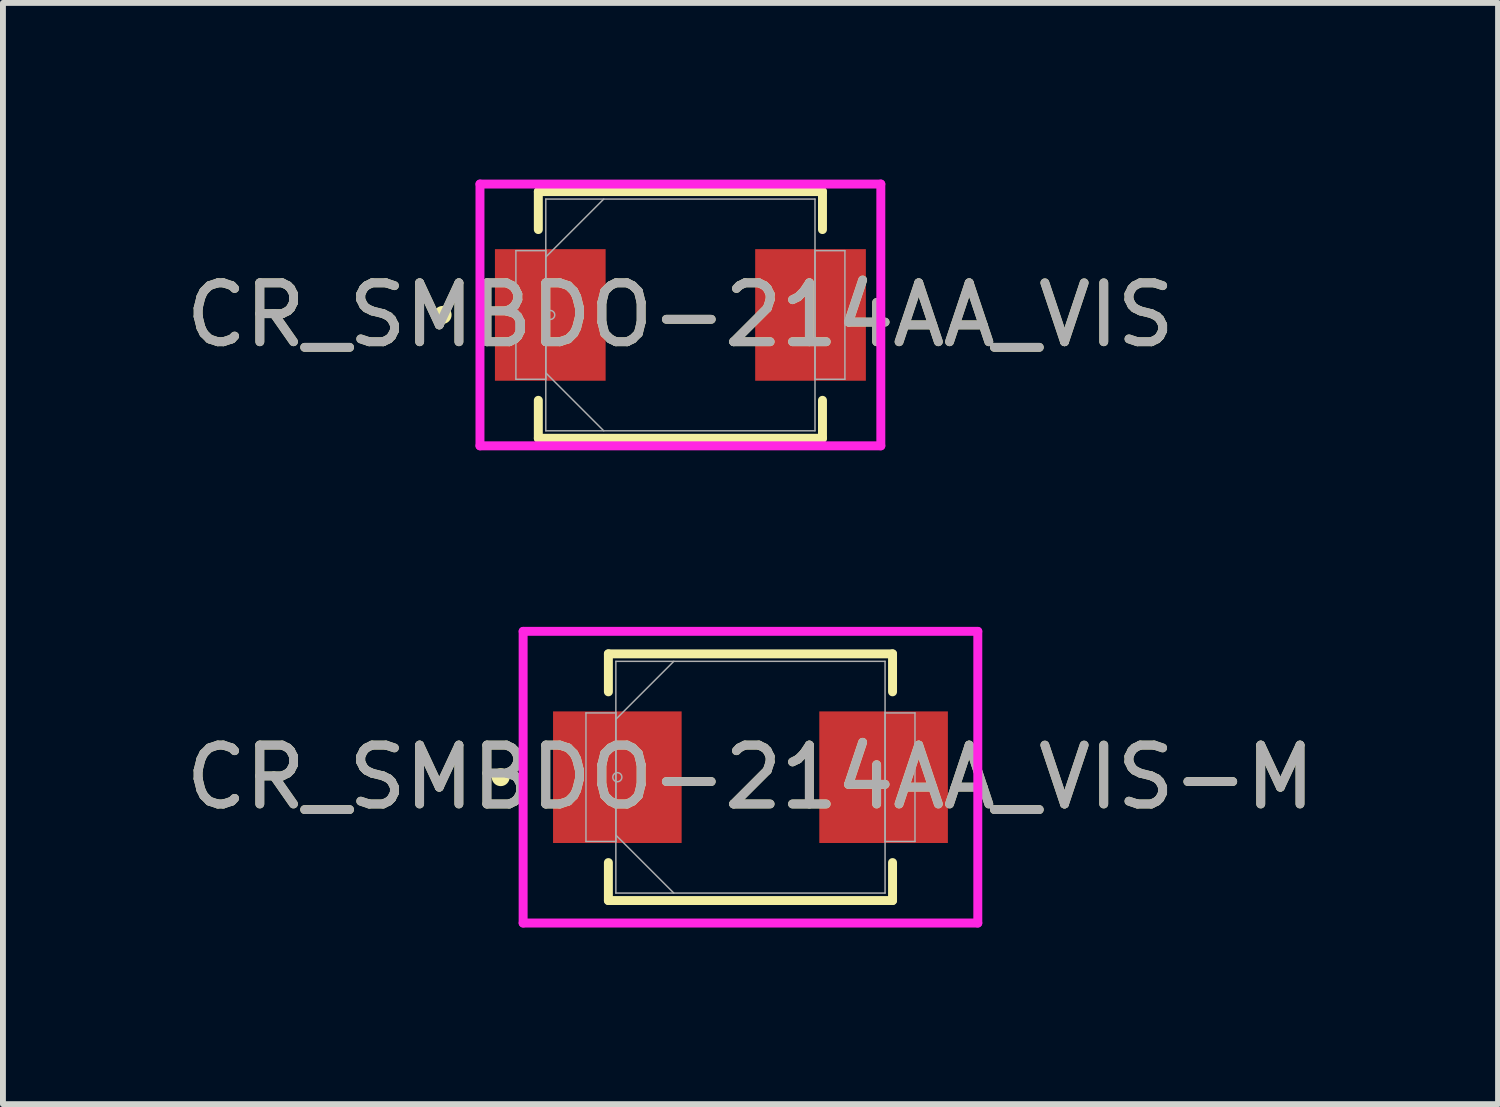
<source format=kicad_pcb>
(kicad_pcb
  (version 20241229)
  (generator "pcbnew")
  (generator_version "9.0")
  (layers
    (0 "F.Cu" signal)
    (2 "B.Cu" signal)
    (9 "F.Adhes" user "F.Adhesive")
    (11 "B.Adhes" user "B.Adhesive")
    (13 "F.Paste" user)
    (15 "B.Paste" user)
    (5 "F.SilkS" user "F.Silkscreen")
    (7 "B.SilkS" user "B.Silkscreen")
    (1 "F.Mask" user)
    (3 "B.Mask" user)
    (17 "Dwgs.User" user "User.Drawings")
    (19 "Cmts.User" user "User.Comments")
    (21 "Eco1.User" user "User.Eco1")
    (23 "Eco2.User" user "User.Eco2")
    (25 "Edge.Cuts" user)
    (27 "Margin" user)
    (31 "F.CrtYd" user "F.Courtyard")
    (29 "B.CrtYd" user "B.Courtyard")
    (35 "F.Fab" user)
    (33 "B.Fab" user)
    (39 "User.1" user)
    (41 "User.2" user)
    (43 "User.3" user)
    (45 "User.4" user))
  (footprint "CR_SMBDO-214AA_VIS-M"
    (layer "F.Cu")
    (at 9.696 10.15)
    (property "Reference" "CR_SMBDO-214AA_VIS-M" (at 0 0 0) (unlocked yes) (layer "F.SilkS") (effects (font (size 1 1) (thickness 0.15))))
    (attr smd)
    (fp_line (start -2.413 -2.095) (end -2.413 -1.45) (stroke (width 0.152) (type solid)) (layer "F.SilkS"))
    (fp_line (start -2.413 1.45) (end -2.413 2.095) (stroke (width 0.152) (type solid)) (layer "F.SilkS"))
    (fp_line (start -2.413 2.095) (end 2.413 2.095) (stroke (width 0.152) (type solid)) (layer "F.SilkS"))
    (fp_line (start 2.413 -2.095) (end -2.413 -2.095) (stroke (width 0.152) (type solid)) (layer "F.SilkS"))
    (fp_line (start 2.413 -1.45) (end 2.413 -2.095) (stroke (width 0.152) (type solid)) (layer "F.SilkS"))
    (fp_line (start 2.413 2.095) (end 2.413 1.45) (stroke (width 0.152) (type solid)) (layer "F.SilkS"))
    (fp_circle (center -4.242 0) (end -4.166 0) (stroke (width 0.152) (type solid)) (fill no) (layer "F.SilkS"))
    (fp_line (start -3.861 -2.477) (end 3.861 -2.477) (stroke (width 0.152) (type solid)) (layer "F.CrtYd"))
    (fp_line (start -3.861 2.477) (end -3.861 -2.477) (stroke (width 0.152) (type solid)) (layer "F.CrtYd"))
    (fp_line (start 3.861 -2.477) (end 3.861 2.477) (stroke (width 0.152) (type solid)) (layer "F.CrtYd"))
    (fp_line (start 3.861 2.477) (end -3.861 2.477) (stroke (width 0.152) (type solid)) (layer "F.CrtYd"))
    (fp_line (start -2.794 -1.092) (end -2.794 1.092) (stroke (width 0.025) (type solid)) (layer "F.Fab"))
    (fp_line (start -2.794 1.092) (end -2.286 1.092) (stroke (width 0.025) (type solid)) (layer "F.Fab"))
    (fp_line (start -2.286 -1.968) (end -2.286 1.968) (stroke (width 0.025) (type solid)) (layer "F.Fab"))
    (fp_line (start -2.286 -1.092) (end -2.794 -1.092) (stroke (width 0.025) (type solid)) (layer "F.Fab"))
    (fp_line (start -2.286 -0.984) (end -1.302 -1.968) (stroke (width 0.025) (type solid)) (layer "F.Fab"))
    (fp_line (start -2.286 0.984) (end -1.302 1.968) (stroke (width 0.025) (type solid)) (layer "F.Fab"))
    (fp_line (start -2.286 1.092) (end -2.286 -1.092) (stroke (width 0.025) (type solid)) (layer "F.Fab"))
    (fp_line (start -2.286 1.968) (end 2.286 1.968) (stroke (width 0.025) (type solid)) (layer "F.Fab"))
    (fp_line (start 2.286 -1.968) (end -2.286 -1.968) (stroke (width 0.025) (type solid)) (layer "F.Fab"))
    (fp_line (start 2.286 -1.092) (end 2.286 1.092) (stroke (width 0.025) (type solid)) (layer "F.Fab"))
    (fp_line (start 2.286 1.092) (end 2.794 1.092) (stroke (width 0.025) (type solid)) (layer "F.Fab"))
    (fp_line (start 2.286 1.968) (end 2.286 -1.968) (stroke (width 0.025) (type solid)) (layer "F.Fab"))
    (fp_line (start 2.794 -1.092) (end 2.286 -1.092) (stroke (width 0.025) (type solid)) (layer "F.Fab"))
    (fp_line (start 2.794 1.092) (end 2.794 -1.092) (stroke (width 0.025) (type solid)) (layer "F.Fab"))
    (fp_circle (center -2.261 0) (end -2.184 0) (stroke (width 0.025) (type solid)) (fill no) (layer "F.Fab"))
    (fp_text user "${REFERENCE}" (at 0 0 0) (unlocked yes) (layer "F.Fab") (effects (font (size 1 1) (thickness 0.15))))
    (pad "1" smd rect (at -2.261 0) (size 2.184 2.235) (layers "F.Cu" "F.Mask" "F.Paste"))
    (pad "2" smd rect (at 2.261 0) (size 2.184 2.235) (layers "F.Cu" "F.Mask" "F.Paste"))
    (zone (net_name "") (layer "F.Cu") (hatch full 0.508) (connect_pads) (min_thickness 0.254) (filled_areas_thickness no) (keepout (tracks not_allowed) (vias not_allowed) (pads allowed) (copperpour not_allowed) (footprints allowed)) (placement (enabled no)) (fill) (polygon (pts (xy 8.579 8.232) (xy 10.814 8.232) (xy 10.814 12.068) (xy 8.579 12.068)))))
  (footprint "CR_SMBDO-214AA_VIS"
    (layer "F.Cu")
    (at 8.506 2.299)
    (property "Reference" "CR_SMBDO-214AA_VIS" (at 0 0 0) (unlocked yes) (layer "F.SilkS") (effects (font (size 1 1) (thickness 0.15))))
    (attr smd)
    (fp_line (start -2.413 -2.095) (end -2.413 -1.45) (stroke (width 0.152) (type solid)) (layer "F.SilkS"))
    (fp_line (start -2.413 1.45) (end -2.413 2.095) (stroke (width 0.152) (type solid)) (layer "F.SilkS"))
    (fp_line (start -2.413 2.095) (end 2.413 2.095) (stroke (width 0.152) (type solid)) (layer "F.SilkS"))
    (fp_line (start 2.413 -2.095) (end -2.413 -2.095) (stroke (width 0.152) (type solid)) (layer "F.SilkS"))
    (fp_line (start 2.413 -1.45) (end 2.413 -2.095) (stroke (width 0.152) (type solid)) (layer "F.SilkS"))
    (fp_line (start 2.413 2.095) (end 2.413 1.45) (stroke (width 0.152) (type solid)) (layer "F.SilkS"))
    (fp_circle (center -4.039 0) (end -3.962 0) (stroke (width 0.152) (type solid)) (fill no) (layer "F.SilkS"))
    (fp_line (start -3.404 -2.223) (end 3.404 -2.223) (stroke (width 0.152) (type solid)) (layer "F.CrtYd"))
    (fp_line (start -3.404 2.223) (end -3.404 -2.223) (stroke (width 0.152) (type solid)) (layer "F.CrtYd"))
    (fp_line (start 3.404 -2.223) (end 3.404 2.223) (stroke (width 0.152) (type solid)) (layer "F.CrtYd"))
    (fp_line (start 3.404 2.223) (end -3.404 2.223) (stroke (width 0.152) (type solid)) (layer "F.CrtYd"))
    (fp_line (start -2.794 -1.092) (end -2.794 1.092) (stroke (width 0.025) (type solid)) (layer "F.Fab"))
    (fp_line (start -2.794 1.092) (end -2.286 1.092) (stroke (width 0.025) (type solid)) (layer "F.Fab"))
    (fp_line (start -2.286 -1.968) (end -2.286 1.968) (stroke (width 0.025) (type solid)) (layer "F.Fab"))
    (fp_line (start -2.286 -1.092) (end -2.794 -1.092) (stroke (width 0.025) (type solid)) (layer "F.Fab"))
    (fp_line (start -2.286 -0.984) (end -1.302 -1.968) (stroke (width 0.025) (type solid)) (layer "F.Fab"))
    (fp_line (start -2.286 0.984) (end -1.302 1.968) (stroke (width 0.025) (type solid)) (layer "F.Fab"))
    (fp_line (start -2.286 1.092) (end -2.286 -1.092) (stroke (width 0.025) (type solid)) (layer "F.Fab"))
    (fp_line (start -2.286 1.968) (end 2.286 1.968) (stroke (width 0.025) (type solid)) (layer "F.Fab"))
    (fp_line (start 2.286 -1.968) (end -2.286 -1.968) (stroke (width 0.025) (type solid)) (layer "F.Fab"))
    (fp_line (start 2.286 -1.092) (end 2.286 1.092) (stroke (width 0.025) (type solid)) (layer "F.Fab"))
    (fp_line (start 2.286 1.092) (end 2.794 1.092) (stroke (width 0.025) (type solid)) (layer "F.Fab"))
    (fp_line (start 2.286 1.968) (end 2.286 -1.968) (stroke (width 0.025) (type solid)) (layer "F.Fab"))
    (fp_line (start 2.794 -1.092) (end 2.286 -1.092) (stroke (width 0.025) (type solid)) (layer "F.Fab"))
    (fp_line (start 2.794 1.092) (end 2.794 -1.092) (stroke (width 0.025) (type solid)) (layer "F.Fab"))
    (fp_circle (center -2.21 0) (end -2.134 0) (stroke (width 0.025) (type solid)) (fill no) (layer "F.Fab"))
    (fp_text user "${REFERENCE}" (at 0 0 0) (unlocked yes) (layer "F.Fab") (effects (font (size 1 1) (thickness 0.15))))
    (pad "1" smd rect (at -2.21 0) (size 1.88 2.235) (layers "F.Cu" "F.Mask" "F.Paste"))
    (pad "2" smd rect (at 2.21 0) (size 1.88 2.235) (layers "F.Cu" "F.Mask" "F.Paste"))
    (zone (net_name "") (layer "F.Cu") (hatch full 0.508) (connect_pads) (min_thickness 0.254) (filled_areas_thickness no) (keepout (tracks not_allowed) (vias not_allowed) (pads allowed) (copperpour not_allowed) (footprints allowed)) (placement (enabled no)) (fill) (polygon (pts (xy 7.287 0.381) (xy 9.725 0.381) (xy 9.725 4.216) (xy 7.287 4.216)))))
  (gr_rect
    (start -3 -3)
    (end 22.393 15.703)
    (stroke (width 0.1) (type default))
    (fill no)
    (layer "Edge.Cuts")))
</source>
